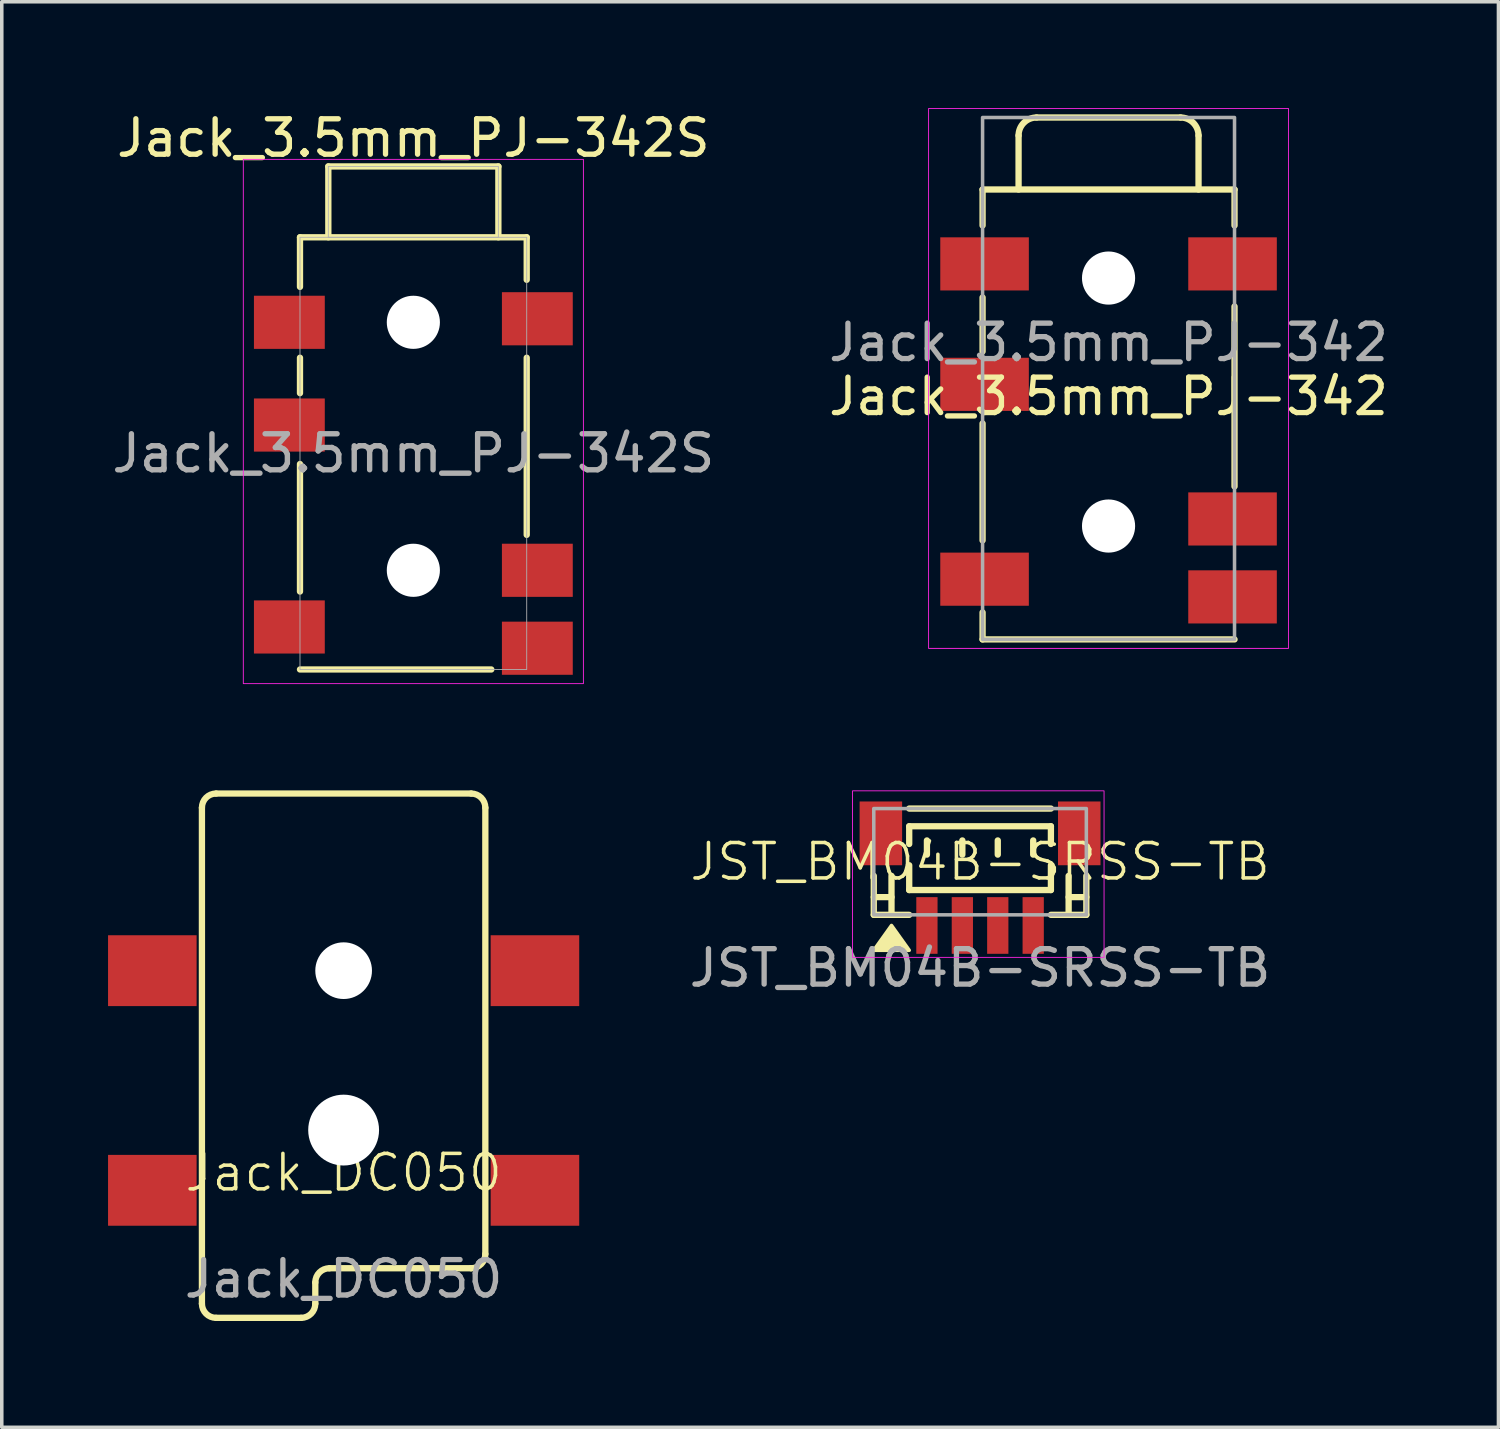
<source format=kicad_pcb>
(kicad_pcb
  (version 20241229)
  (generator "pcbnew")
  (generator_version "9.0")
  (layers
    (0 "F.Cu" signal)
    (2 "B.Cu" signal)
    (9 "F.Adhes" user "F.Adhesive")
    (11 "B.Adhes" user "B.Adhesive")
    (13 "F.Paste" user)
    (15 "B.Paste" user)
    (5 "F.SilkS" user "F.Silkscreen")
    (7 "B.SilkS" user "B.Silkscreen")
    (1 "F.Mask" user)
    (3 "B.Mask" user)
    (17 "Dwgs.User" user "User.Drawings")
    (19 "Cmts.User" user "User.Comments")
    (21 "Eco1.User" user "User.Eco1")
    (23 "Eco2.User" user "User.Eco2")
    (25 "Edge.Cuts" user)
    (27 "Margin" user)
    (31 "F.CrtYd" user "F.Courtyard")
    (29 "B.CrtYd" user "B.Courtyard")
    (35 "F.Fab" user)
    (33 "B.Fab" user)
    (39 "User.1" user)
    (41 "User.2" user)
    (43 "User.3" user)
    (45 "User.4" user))
  (footprint "JST_BM04B-SRSS-TB"
    (layer "F.Cu")
    (at 24.615 21.774)
    (property "Reference" "JST_BM04B-SRSS-TB" (at 0 -0.5 0) (unlocked yes) (layer "F.SilkS") (effects (font (size 1 1) (thickness 0.1))))
    (attr smd)
    (fp_line (start -3 0.5) (end -2.5 0.5) (stroke (width 0.178) (type solid)) (layer "F.SilkS"))
    (fp_line (start -3 1) (end -3 -0.1) (stroke (width 0.178) (type solid)) (layer "F.SilkS"))
    (fp_line (start -3 1) (end -2 1) (stroke (width 0.178) (type solid)) (layer "F.SilkS"))
    (fp_line (start -2.5 1) (end -2.5 -0.1) (stroke (width 0.178) (type solid)) (layer "F.SilkS"))
    (fp_line (start -2 -2) (end 2 -2) (stroke (width 0.178) (type solid)) (layer "F.SilkS"))
    (fp_line (start -2 -1.5) (end 2 -1.5) (stroke (width 0.178) (type solid)) (layer "F.SilkS"))
    (fp_line (start -2 -1) (end -2 -1.5) (stroke (width 0.178) (type solid)) (layer "F.SilkS"))
    (fp_line (start -2 0.3) (end -2 -0.4) (stroke (width 0.178) (type solid)) (layer "F.SilkS"))
    (fp_line (start -2 0.3) (end 2 0.3) (stroke (width 0.178) (type solid)) (layer "F.SilkS"))
    (fp_line (start -1.5 -0.7) (end -1.5 -1.1) (stroke (width 0.178) (type solid)) (layer "F.SilkS"))
    (fp_line (start -0.5 -0.7) (end -0.5 -1.1) (stroke (width 0.178) (type solid)) (layer "F.SilkS"))
    (fp_line (start 0.5 -0.7) (end 0.5 -1.1) (stroke (width 0.178) (type solid)) (layer "F.SilkS"))
    (fp_line (start 1.5 -0.7) (end 1.5 -1.1) (stroke (width 0.178) (type solid)) (layer "F.SilkS"))
    (fp_line (start 2 -1) (end 2 -1.5) (stroke (width 0.178) (type solid)) (layer "F.SilkS"))
    (fp_line (start 2 0.3) (end 2 -0.4) (stroke (width 0.178) (type solid)) (layer "F.SilkS"))
    (fp_line (start 2 1) (end 3 1) (stroke (width 0.178) (type solid)) (layer "F.SilkS"))
    (fp_line (start 2.5 0.5) (end 3 0.5) (stroke (width 0.178) (type solid)) (layer "F.SilkS"))
    (fp_line (start 2.5 1) (end 2.5 -0.1) (stroke (width 0.178) (type solid)) (layer "F.SilkS"))
    (fp_line (start 3 1) (end 3 -0.1) (stroke (width 0.178) (type solid)) (layer "F.SilkS"))
    (fp_poly (pts (xy -2.5 1.3) (xy -3 2) (xy -2 2)) (stroke (width 0.1) (type solid)) (fill yes) (layer "F.SilkS"))
    (fp_rect (start -3.6 -2.5) (end 3.5 2.2) (stroke (width 0.025) (type solid)) (fill no) (layer "F.CrtYd"))
    (fp_rect (start -3 -2) (end 3 1) (stroke (width 0.1) (type default)) (fill no) (layer "F.Fab"))
    (fp_text user "${REFERENCE}" (at 0 2.5 0) (unlocked yes) (layer "F.Fab") (effects (font (size 1 1) (thickness 0.15))))
    (pad "1" smd rect (at -1.5 1.3) (size 0.6 1.6) (layers "F.Cu" "F.Mask" "F.Paste"))
    (pad "2" smd rect (at -0.5 1.3) (size 0.6 1.6) (layers "F.Cu" "F.Mask" "F.Paste"))
    (pad "3" smd rect (at 0.5 1.3) (size 0.6 1.6) (layers "F.Cu" "F.Mask" "F.Paste"))
    (pad "4" smd rect (at 1.5 1.3) (size 0.6 1.6) (layers "F.Cu" "F.Mask" "F.Paste"))
    (pad "SH" smd rect (at -2.8 -1.3) (size 1.2 1.8) (layers "F.Cu" "F.Mask" "F.Paste"))
    (pad "SH" smd rect (at 2.8 -1.3) (size 1.2 1.8) (layers "F.Cu" "F.Mask" "F.Paste")))
  (footprint "Jack_3.5mm_PJ-342S"
    (layer "F.Cu")
    (at 8.618 3.648)
    (property "Reference" "Jack_3.5mm_PJ-342S" (at 0 -2.8 0) (layer "F.SilkS") (effects (font (size 1 1) (thickness 0.15))))
    (attr smd)
    (fp_line (start -3.2 0) (end 3.2 0) (stroke (width 0.178) (type solid)) (layer "F.SilkS"))
    (fp_line (start -3.2 1.4) (end -3.2 0) (stroke (width 0.178) (type solid)) (layer "F.SilkS"))
    (fp_line (start -3.2 4.4) (end -3.2 3.4) (stroke (width 0.178) (type solid)) (layer "F.SilkS"))
    (fp_line (start -3.2 10) (end -3.2 6.4) (stroke (width 0.178) (type solid)) (layer "F.SilkS"))
    (fp_line (start -2.4 -2) (end 2.4 -2) (stroke (width 0.178) (type solid)) (layer "F.SilkS"))
    (fp_line (start -2.4 0) (end -2.4 -2) (stroke (width 0.178) (type solid)) (layer "F.SilkS"))
    (fp_line (start 2.2 12.2) (end -3.2 12.2) (stroke (width 0.178) (type solid)) (layer "F.SilkS"))
    (fp_line (start 2.4 -2) (end 2.4 0.000001) (stroke (width 0.178) (type solid)) (layer "F.SilkS"))
    (fp_line (start 3.2 0) (end 3.2 1.2) (stroke (width 0.178) (type solid)) (layer "F.SilkS"))
    (fp_line (start 3.2 3.4) (end 3.2 8.4) (stroke (width 0.178) (type solid)) (layer "F.SilkS"))
    (fp_rect (start -4.8 -2.2) (end 4.8 12.6) (stroke (width 0.025) (type default)) (fill no) (layer "F.CrtYd"))
    (fp_rect (start -3.2 0) (end 3.2 12.2) (stroke (width 0.025) (type solid)) (fill no) (layer "F.Fab"))
    (fp_rect (start -2.4 -2) (end 2.4 0) (stroke (width 0.025) (type solid)) (fill no) (layer "F.Fab"))
    (fp_text user "${REFERENCE}" (at 0 6.1 0) (layer "F.Fab") (effects (font (size 1.016 1.016) (thickness 0.152))))
    (pad "" np_thru_hole circle (at 0 2.4) (size 1.5 1.5) (drill 1.5) (layers "*.Cu" "*.Mask"))
    (pad "" np_thru_hole circle (at 0 9.4) (size 1.5 1.5) (drill 1.5) (layers "*.Cu" "*.Mask"))
    (pad "2" smd rect (at -3.5 2.4) (size 2 1.5) (layers "F.Cu" "F.Mask" "F.Paste"))
    (pad "3" smd rect (at 3.5 2.3) (size 2 1.5) (layers "F.Cu" "F.Mask" "F.Paste"))
    (pad "4" smd rect (at -3.5 5.3) (size 2 1.5) (layers "F.Cu" "F.Mask" "F.Paste"))
    (pad "5" smd rect (at 3.5 9.4) (size 2 1.5) (layers "F.Cu" "F.Mask" "F.Paste"))
    (pad "6" smd rect (at -3.5 11) (size 2 1.5) (layers "F.Cu" "F.Mask" "F.Paste"))
    (pad "7" smd rect (at 3.5 11.6) (size 2 1.5) (layers "F.Cu" "F.Mask" "F.Paste")))
  (footprint "Jack_DC050"
    (layer "F.Cu")
    (at 6.65 30.55)
    (property "Reference" "Jack_DC050" (at 0 -0.5 0) (unlocked yes) (layer "F.SilkS") (effects (font (size 1 1) (thickness 0.1))))
    (attr smd)
    (fp_line (start -4 -10.8) (end -4 3.2) (stroke (width 0.178) (type default)) (layer "F.SilkS"))
    (fp_line (start -3.6 -11.2) (end 3.6 -11.2) (stroke (width 0.178) (type default)) (layer "F.SilkS"))
    (fp_line (start -3.6 3.6) (end -1.2 3.6) (stroke (width 0.178) (type default)) (layer "F.SilkS"))
    (fp_line (start -0.8 3.2) (end -0.8 2.6) (stroke (width 0.178) (type default)) (layer "F.SilkS"))
    (fp_line (start -0.4 2.2) (end 3.6 2.2) (stroke (width 0.178) (type default)) (layer "F.SilkS"))
    (fp_line (start 4 1.8) (end 4 -10.8) (stroke (width 0.178) (type default)) (layer "F.SilkS"))
    (fp_arc (start -4 -10.8) (mid -3.882843 -11.082843) (end -3.6 -11.2) (stroke (width 0.1778) (type default)) (layer "F.SilkS"))
    (fp_arc (start -3.6 3.6) (mid -3.882843 3.482843) (end -4 3.2) (stroke (width 0.1778) (type default)) (layer "F.SilkS"))
    (fp_arc (start -0.8 2.6) (mid -0.682843 2.317157) (end -0.4 2.2) (stroke (width 0.1778) (type default)) (layer "F.SilkS"))
    (fp_arc (start -0.8 3.2) (mid -0.917157 3.482843) (end -1.2 3.6) (stroke (width 0.1778) (type default)) (layer "F.SilkS"))
    (fp_arc (start 3.6 -11.2) (mid 3.882843 -11.082843) (end 4 -10.8) (stroke (width 0.1778) (type default)) (layer "F.SilkS"))
    (fp_arc (start 4 1.8) (mid 3.882843 2.082843) (end 3.6 2.2) (stroke (width 0.1778) (type default)) (layer "F.SilkS"))
    (fp_text user "${REFERENCE}" (at 0 2.5 0) (unlocked yes) (layer "F.Fab") (effects (font (size 1 1) (thickness 0.15))))
    (pad "" np_thru_hole circle (at 0 -6.2) (size 1.6 1.6) (drill 1.6) (layers "*.Cu" "*.Mask"))
    (pad "" np_thru_hole circle (at 0 -1.7) (size 2 2) (drill 2) (layers "*.Cu" "*.Mask"))
    (pad "1" smd rect (at 5.4 -6.2) (size 2.5 2) (layers "F.Cu" "F.Mask" "F.Paste"))
    (pad "1" smd rect (at 5.4 0) (size 2.5 2) (layers "F.Cu" "F.Mask" "F.Paste"))
    (pad "2" smd rect (at -5.4 -6.2) (size 2.5 2) (layers "F.Cu" "F.Mask" "F.Paste"))
    (pad "3" smd rect (at -5.4 0) (size 2.5 2) (layers "F.Cu" "F.Mask" "F.Paste")))
  (footprint "Jack_3.5mm_PJ-342"
    (layer "F.Cu")
    (at 28.242 2.299)
    (property "Reference" "Jack_3.5mm_PJ-342" (at 0 5.842 0) (unlocked yes) (layer "F.SilkS") (effects (font (size 1 1) (thickness 0.15))))
    (attr smd)
    (fp_line (start -3.556 0) (end 3.556 0) (stroke (width 0.178) (type solid)) (layer "F.SilkS"))
    (fp_line (start -3.556 1.016) (end -3.556 0) (stroke (width 0.178) (type solid)) (layer "F.SilkS"))
    (fp_line (start -3.556 4.572) (end -3.556 3.048) (stroke (width 0.178) (type solid)) (layer "F.SilkS"))
    (fp_line (start -3.556 9.906) (end -3.556 6.604) (stroke (width 0.178) (type solid)) (layer "F.SilkS"))
    (fp_line (start -3.556 11.938) (end -3.556 12.7) (stroke (width 0.178) (type solid)) (layer "F.SilkS"))
    (fp_line (start -3.556 12.7) (end 3.556 12.7) (stroke (width 0.178) (type solid)) (layer "F.SilkS"))
    (fp_line (start -2.54 -1.524) (end -2.54 0) (stroke (width 0.178) (type solid)) (layer "F.SilkS"))
    (fp_line (start 2.032 -2.032) (end -2.032 -2.032) (stroke (width 0.178) (type solid)) (layer "F.SilkS"))
    (fp_line (start 2.54 0) (end 2.54 -1.524) (stroke (width 0.178) (type solid)) (layer "F.SilkS"))
    (fp_line (start 3.556 0) (end 3.556 1.016) (stroke (width 0.178) (type solid)) (layer "F.SilkS"))
    (fp_line (start 3.556 3.302) (end 3.556 8.382) (stroke (width 0.178) (type solid)) (layer "F.SilkS"))
    (fp_arc (start -2.54 -1.524) (mid -2.39121 -1.88321) (end -2.032 -2.032) (stroke (width 0.1778) (type solid)) (layer "F.SilkS"))
    (fp_arc (start 2.032 -2.032) (mid 2.39121 -1.88321) (end 2.54 -1.524) (stroke (width 0.1778) (type solid)) (layer "F.SilkS"))
    (fp_rect (start -5.08 -2.286) (end 5.08 12.954) (stroke (width 0.025) (type solid)) (fill no) (layer "F.CrtYd"))
    (fp_rect (start -3.556 -2.032) (end 3.556 12.7) (stroke (width 0.1) (type solid)) (fill no) (layer "F.Fab"))
    (fp_text user "${REFERENCE}" (at 0 4.318 0) (unlocked yes) (layer "F.Fab") (effects (font (size 1 1) (thickness 0.15))))
    (pad "" np_thru_hole circle (at 0 2.5) (size 1.5 1.5) (drill 1.5) (layers "*.Cu" "*.Mask"))
    (pad "" np_thru_hole circle (at 0 9.5) (size 1.5 1.5) (drill 1.5) (layers "*.Cu" "*.Mask"))
    (pad "R1" smd rect (at -3.5 5.5) (size 2.5 1.5) (layers "F.Cu" "F.Mask" "F.Paste"))
    (pad "R1N" smd rect (at -3.5 11) (size 2.5 1.5) (layers "F.Cu" "F.Mask" "F.Paste"))
    (pad "R2" smd rect (at 3.5 2.1) (size 2.5 1.5) (layers "F.Cu" "F.Mask" "F.Paste"))
    (pad "S" smd rect (at -3.5 2.1) (size 2.5 1.5) (layers "F.Cu" "F.Mask" "F.Paste"))
    (pad "T" smd rect (at 3.5 9.3) (size 2.5 1.5) (layers "F.Cu" "F.Mask" "F.Paste"))
    (pad "TN" smd rect (at 3.5 11.5) (size 2.5 1.5) (layers "F.Cu" "F.Mask" "F.Paste")))
  (gr_rect
    (start -3 -3)
    (end 39.248 37.239)
    (stroke (width 0.1) (type default))
    (fill no)
    (layer "Edge.Cuts")))
</source>
